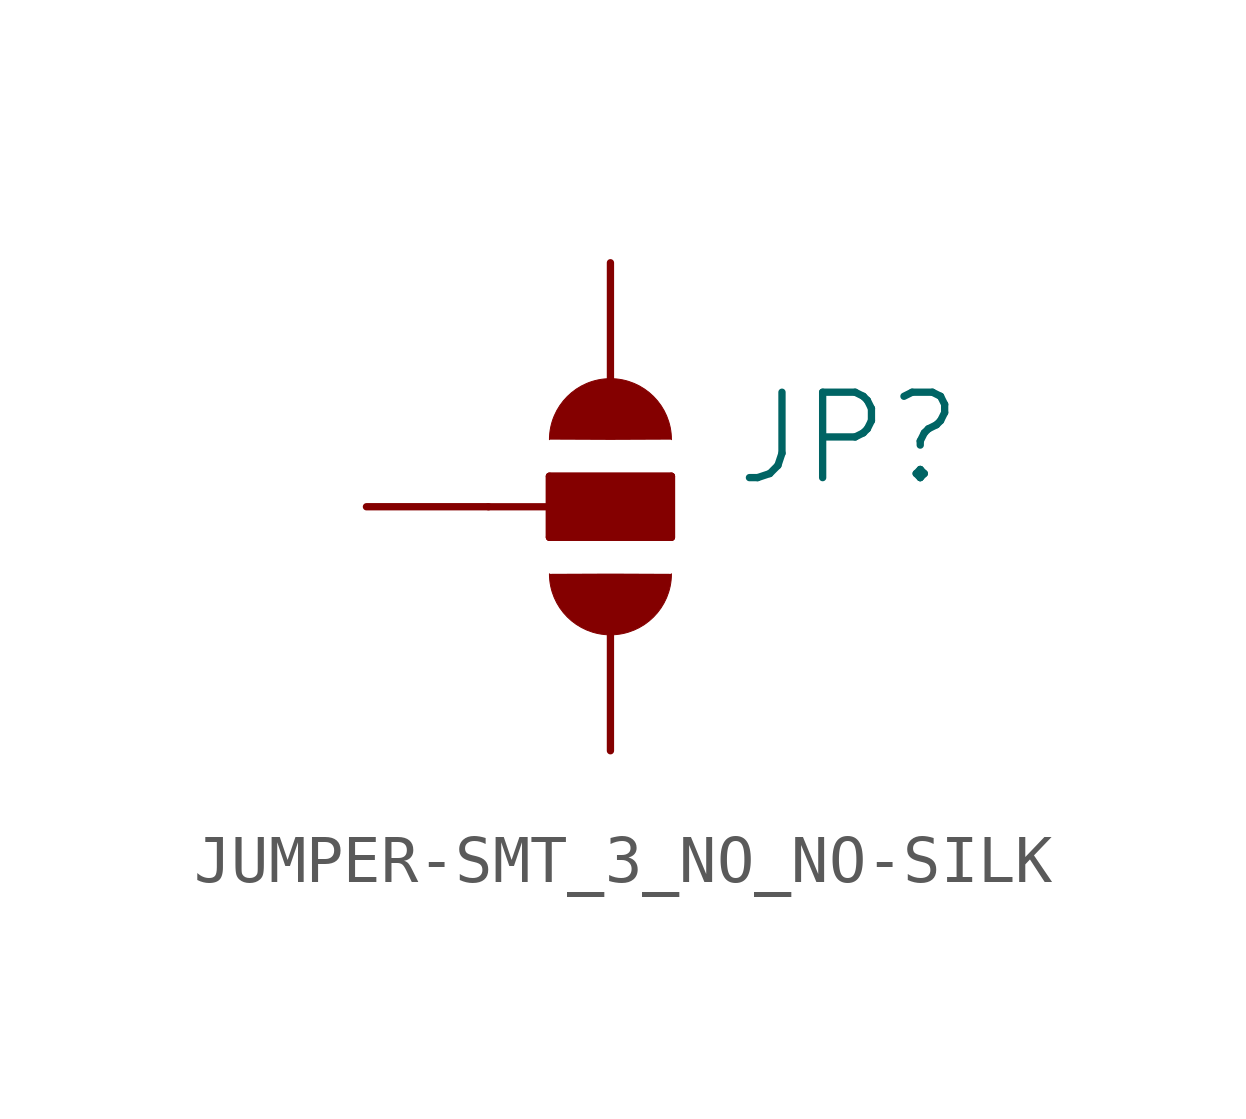
<source format=kicad_sym>
(kicad_symbol_lib
  (version 20220914)
  (generator kicad_symbol_editor)
  (symbol "JUMPER-SMT_3_NO_NO-SILK"
    (property "Reference" "JP"
      (at 2.54 0.381 0)
      (effects (font (size 1.778 1.778)) (justify left bottom)))
    (property "Value" ""
      (at 2.54 -0.381 0)
      (effects (font (size 1.778 1.778)) (justify left top)))
    (property "ki_locked" ""
      (at 0 0 0)
      (effects (font (size 1.27 1.27))))
    (symbol "JUMPER-SMT_3_NO_NO-SILK_1_0"
      (arc (start -1.27 -1.397) (mid 0 -2.667) (end 1.27 -1.397) (stroke (width 0.0001) (type solid)) (fill (type outline)))
      (rectangle (start -1.27 -0.635) (end 1.27 0.635) (stroke (width 0) (type default)) (fill (type outline)))
      (polyline (pts (xy -2.54 0) (xy -1.27 0)) (stroke (width 0.152) (type solid)) (fill (type none)))
      (polyline (pts (xy -1.27 -0.635) (xy -1.27 0)) (stroke (width 0.152) (type solid)) (fill (type none)))
      (polyline (pts (xy -1.27 0) (xy -1.27 0.635)) (stroke (width 0.152) (type solid)) (fill (type none)))
      (polyline (pts (xy -1.27 0.635) (xy 1.27 0.635)) (stroke (width 0.152) (type solid)) (fill (type none)))
      (polyline (pts (xy 1.27 -0.635) (xy -1.27 -0.635)) (stroke (width 0.152) (type solid)) (fill (type none)))
      (polyline (pts (xy 1.27 0.635) (xy 1.27 -0.635)) (stroke (width 0.152) (type solid)) (fill (type none)))
      (arc (start 1.27 1.397) (mid 0 2.667) (end -1.27 1.397) (stroke (width 0.0001) (type solid)) (fill (type outline)))
      (pin passive line (at 0 5.08 270) (length 2.54) (name "1" (effects (font (size 0 0)))) (number "1" (effects (font (size 0 0)))))
      (pin passive line (at -5.08 0 0) (length 2.54) (name "2" (effects (font (size 0 0)))) (number "2" (effects (font (size 0 0)))))
      (pin passive line (at 0 -5.08 90) (length 2.54) (name "3" (effects (font (size 0 0)))) (number "3" (effects (font (size 0 0))))))))
</source>
